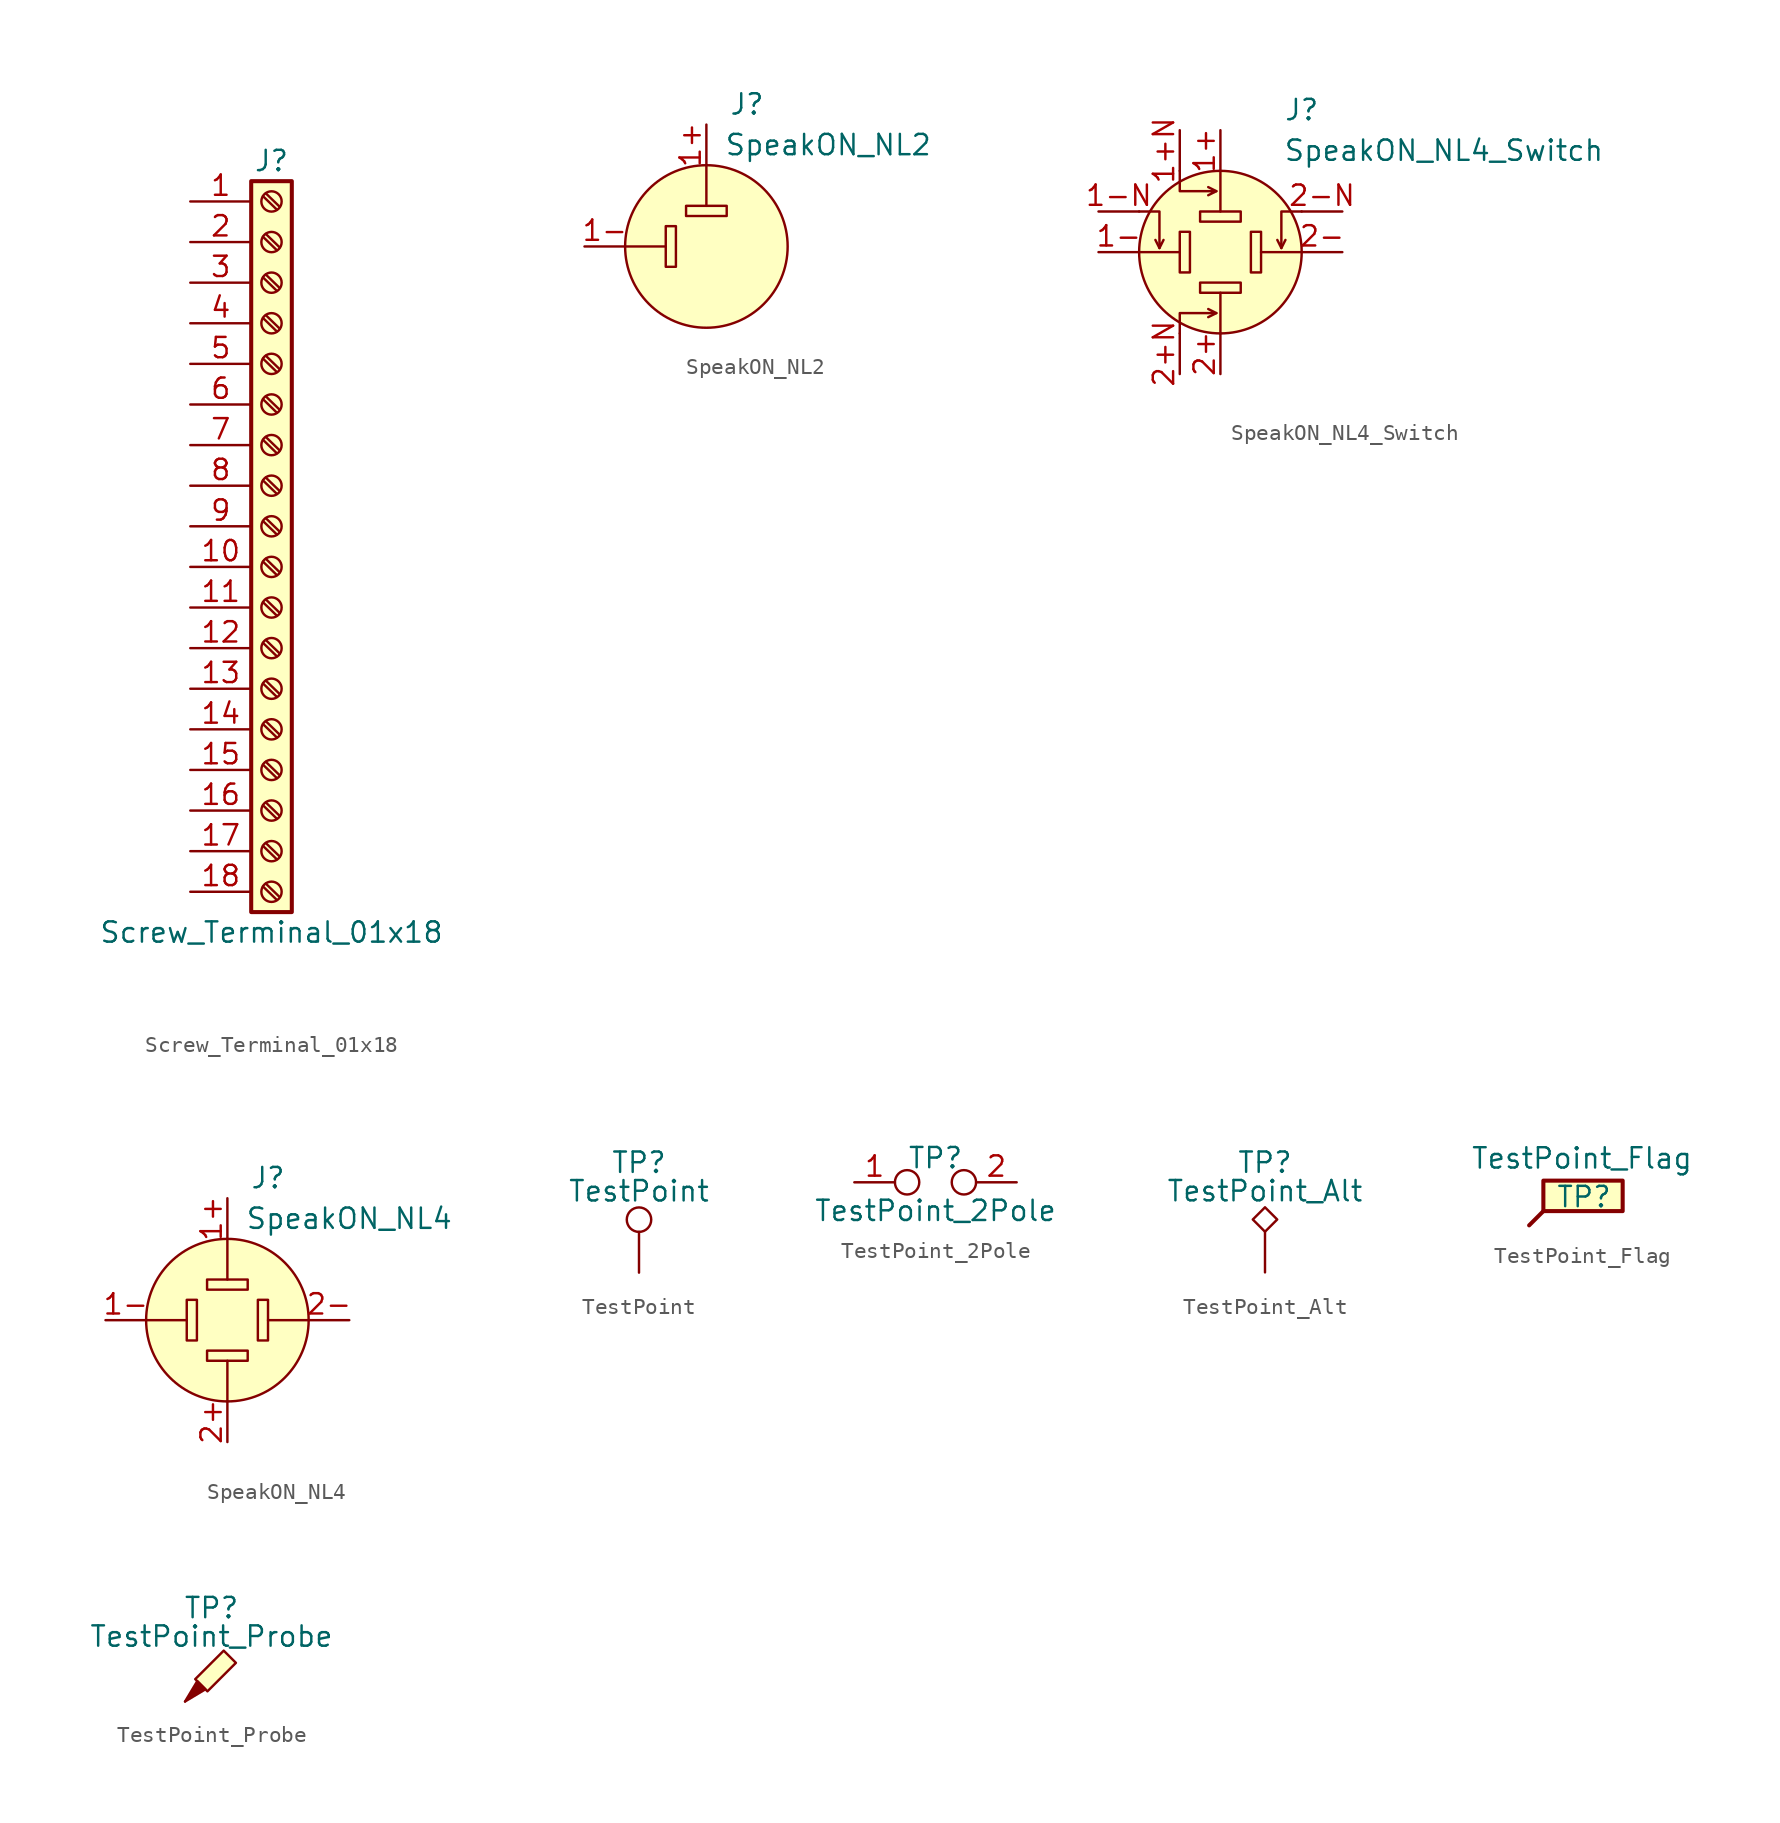
<source format=kicad_sym>
(kicad_symbol_lib
  (version 20201005)
  (generator kicad_symbol_editor)
  (symbol "Screw_Terminal_01x18"
    (pin_names
      (offset 1.016) hide)
    (property "Reference" "J"
      (at 0 22.86 0)
      (effects (font (size 1.27 1.27))))
    (property "Value" "Screw_Terminal_01x18"
      (at 0 -25.4 0)
      (effects (font (size 1.27 1.27))))
    (symbol "Screw_Terminal_01x18_1_1"
      (circle (center 0 -22.86) (radius 0.635) (stroke (width 0.152)) (fill (type none)))
      (circle (center 0 -20.32) (radius 0.635) (stroke (width 0.152)) (fill (type none)))
      (circle (center 0 -17.78) (radius 0.635) (stroke (width 0.152)) (fill (type none)))
      (circle (center 0 -15.24) (radius 0.635) (stroke (width 0.152)) (fill (type none)))
      (circle (center 0 -12.7) (radius 0.635) (stroke (width 0.152)) (fill (type none)))
      (circle (center 0 -10.16) (radius 0.635) (stroke (width 0.152)) (fill (type none)))
      (circle (center 0 -7.62) (radius 0.635) (stroke (width 0.152)) (fill (type none)))
      (circle (center 0 -5.08) (radius 0.635) (stroke (width 0.152)) (fill (type none)))
      (circle (center 0 -2.54) (radius 0.635) (stroke (width 0.152)) (fill (type none)))
      (circle (center 0 0) (radius 0.635) (stroke (width 0.152)) (fill (type none)))
      (circle (center 0 2.54) (radius 0.635) (stroke (width 0.152)) (fill (type none)))
      (circle (center 0 5.08) (radius 0.635) (stroke (width 0.152)) (fill (type none)))
      (circle (center 0 7.62) (radius 0.635) (stroke (width 0.152)) (fill (type none)))
      (circle (center 0 10.16) (radius 0.635) (stroke (width 0.152)) (fill (type none)))
      (circle (center 0 12.7) (radius 0.635) (stroke (width 0.152)) (fill (type none)))
      (circle (center 0 15.24) (radius 0.635) (stroke (width 0.152)) (fill (type none)))
      (circle (center 0 17.78) (radius 0.635) (stroke (width 0.152)) (fill (type none)))
      (circle (center 0 20.32) (radius 0.635) (stroke (width 0.152)) (fill (type none)))
      (rectangle (start -1.27 21.59) (end 1.27 -24.13) (stroke (width 0.254)) (fill (type background)))
      (polyline (pts (xy -0.533 -22.53) (xy 0.33 -23.368)) (stroke (width 0.152)) (fill (type none)))
      (polyline (pts (xy -0.533 -19.99) (xy 0.33 -20.828)) (stroke (width 0.152)) (fill (type none)))
      (polyline (pts (xy -0.533 -17.45) (xy 0.33 -18.288)) (stroke (width 0.152)) (fill (type none)))
      (polyline (pts (xy -0.533 -14.91) (xy 0.33 -15.748)) (stroke (width 0.152)) (fill (type none)))
      (polyline (pts (xy -0.533 -12.37) (xy 0.33 -13.208)) (stroke (width 0.152)) (fill (type none)))
      (polyline (pts (xy -0.533 -9.83) (xy 0.33 -10.668)) (stroke (width 0.152)) (fill (type none)))
      (polyline (pts (xy -0.533 -7.29) (xy 0.33 -8.128)) (stroke (width 0.152)) (fill (type none)))
      (polyline (pts (xy -0.533 -4.75) (xy 0.33 -5.588)) (stroke (width 0.152)) (fill (type none)))
      (polyline (pts (xy -0.533 -2.21) (xy 0.33 -3.048)) (stroke (width 0.152)) (fill (type none)))
      (polyline (pts (xy -0.533 0.33) (xy 0.33 -0.508)) (stroke (width 0.152)) (fill (type none)))
      (polyline (pts (xy -0.533 2.87) (xy 0.33 2.032)) (stroke (width 0.152)) (fill (type none)))
      (polyline (pts (xy -0.533 5.41) (xy 0.33 4.572)) (stroke (width 0.152)) (fill (type none)))
      (polyline (pts (xy -0.533 7.95) (xy 0.33 7.112)) (stroke (width 0.152)) (fill (type none)))
      (polyline (pts (xy -0.533 10.49) (xy 0.33 9.652)) (stroke (width 0.152)) (fill (type none)))
      (polyline (pts (xy -0.533 13.03) (xy 0.33 12.192)) (stroke (width 0.152)) (fill (type none)))
      (polyline (pts (xy -0.533 15.57) (xy 0.33 14.732)) (stroke (width 0.152)) (fill (type none)))
      (polyline (pts (xy -0.533 18.11) (xy 0.33 17.272)) (stroke (width 0.152)) (fill (type none)))
      (polyline (pts (xy -0.533 20.65) (xy 0.33 19.812)) (stroke (width 0.152)) (fill (type none)))
      (polyline (pts (xy -0.356 -22.352) (xy 0.508 -23.19)) (stroke (width 0.152)) (fill (type none)))
      (polyline (pts (xy -0.356 -19.812) (xy 0.508 -20.65)) (stroke (width 0.152)) (fill (type none)))
      (polyline (pts (xy -0.356 -17.272) (xy 0.508 -18.11)) (stroke (width 0.152)) (fill (type none)))
      (polyline (pts (xy -0.356 -14.732) (xy 0.508 -15.57)) (stroke (width 0.152)) (fill (type none)))
      (polyline (pts (xy -0.356 -12.192) (xy 0.508 -13.03)) (stroke (width 0.152)) (fill (type none)))
      (polyline (pts (xy -0.356 -9.652) (xy 0.508 -10.49)) (stroke (width 0.152)) (fill (type none)))
      (polyline (pts (xy -0.356 -7.112) (xy 0.508 -7.95)) (stroke (width 0.152)) (fill (type none)))
      (polyline (pts (xy -0.356 -4.572) (xy 0.508 -5.41)) (stroke (width 0.152)) (fill (type none)))
      (polyline (pts (xy -0.356 -2.032) (xy 0.508 -2.87)) (stroke (width 0.152)) (fill (type none)))
      (polyline (pts (xy -0.356 0.508) (xy 0.508 -0.33)) (stroke (width 0.152)) (fill (type none)))
      (polyline (pts (xy -0.356 3.048) (xy 0.508 2.21)) (stroke (width 0.152)) (fill (type none)))
      (polyline (pts (xy -0.356 5.588) (xy 0.508 4.75)) (stroke (width 0.152)) (fill (type none)))
      (polyline (pts (xy -0.356 8.128) (xy 0.508 7.29)) (stroke (width 0.152)) (fill (type none)))
      (polyline (pts (xy -0.356 10.668) (xy 0.508 9.83)) (stroke (width 0.152)) (fill (type none)))
      (polyline (pts (xy -0.356 13.208) (xy 0.508 12.37)) (stroke (width 0.152)) (fill (type none)))
      (polyline (pts (xy -0.356 15.748) (xy 0.508 14.91)) (stroke (width 0.152)) (fill (type none)))
      (polyline (pts (xy -0.356 18.288) (xy 0.508 17.45)) (stroke (width 0.152)) (fill (type none)))
      (polyline (pts (xy -0.356 20.828) (xy 0.508 19.99)) (stroke (width 0.152)) (fill (type none)))
      (pin passive line (at -5.08 20.32 0) (length 3.81) (name "Pin_1" (effects (font (size 1.27 1.27)))) (number "1" (effects (font (size 1.27 1.27)))))
      (pin passive line (at -5.08 -2.54 0) (length 3.81) (name "Pin_10" (effects (font (size 1.27 1.27)))) (number "10" (effects (font (size 1.27 1.27)))))
      (pin passive line (at -5.08 -5.08 0) (length 3.81) (name "Pin_11" (effects (font (size 1.27 1.27)))) (number "11" (effects (font (size 1.27 1.27)))))
      (pin passive line (at -5.08 -7.62 0) (length 3.81) (name "Pin_12" (effects (font (size 1.27 1.27)))) (number "12" (effects (font (size 1.27 1.27)))))
      (pin passive line (at -5.08 -10.16 0) (length 3.81) (name "Pin_13" (effects (font (size 1.27 1.27)))) (number "13" (effects (font (size 1.27 1.27)))))
      (pin passive line (at -5.08 -12.7 0) (length 3.81) (name "Pin_14" (effects (font (size 1.27 1.27)))) (number "14" (effects (font (size 1.27 1.27)))))
      (pin passive line (at -5.08 -15.24 0) (length 3.81) (name "Pin_15" (effects (font (size 1.27 1.27)))) (number "15" (effects (font (size 1.27 1.27)))))
      (pin passive line (at -5.08 -17.78 0) (length 3.81) (name "Pin_16" (effects (font (size 1.27 1.27)))) (number "16" (effects (font (size 1.27 1.27)))))
      (pin passive line (at -5.08 -20.32 0) (length 3.81) (name "Pin_17" (effects (font (size 1.27 1.27)))) (number "17" (effects (font (size 1.27 1.27)))))
      (pin passive line (at -5.08 -22.86 0) (length 3.81) (name "Pin_18" (effects (font (size 1.27 1.27)))) (number "18" (effects (font (size 1.27 1.27)))))
      (pin passive line (at -5.08 17.78 0) (length 3.81) (name "Pin_2" (effects (font (size 1.27 1.27)))) (number "2" (effects (font (size 1.27 1.27)))))
      (pin passive line (at -5.08 15.24 0) (length 3.81) (name "Pin_3" (effects (font (size 1.27 1.27)))) (number "3" (effects (font (size 1.27 1.27)))))
      (pin passive line (at -5.08 12.7 0) (length 3.81) (name "Pin_4" (effects (font (size 1.27 1.27)))) (number "4" (effects (font (size 1.27 1.27)))))
      (pin passive line (at -5.08 10.16 0) (length 3.81) (name "Pin_5" (effects (font (size 1.27 1.27)))) (number "5" (effects (font (size 1.27 1.27)))))
      (pin passive line (at -5.08 7.62 0) (length 3.81) (name "Pin_6" (effects (font (size 1.27 1.27)))) (number "6" (effects (font (size 1.27 1.27)))))
      (pin passive line (at -5.08 5.08 0) (length 3.81) (name "Pin_7" (effects (font (size 1.27 1.27)))) (number "7" (effects (font (size 1.27 1.27)))))
      (pin passive line (at -5.08 2.54 0) (length 3.81) (name "Pin_8" (effects (font (size 1.27 1.27)))) (number "8" (effects (font (size 1.27 1.27)))))
      (pin passive line (at -5.08 0 0) (length 3.81) (name "Pin_9" (effects (font (size 1.27 1.27)))) (number "9" (effects (font (size 1.27 1.27)))))))
  (symbol "SpeakON_NL2"
    (pin_names hide)
    (property "Reference" "J"
      (at 2.54 8.89 0)
      (effects (font (size 1.27 1.27))))
    (property "Value" "SpeakON_NL2"
      (at 7.62 6.35 0)
      (effects (font (size 1.27 1.27))))
    (symbol "SpeakON_NL2_0_1"
      (circle (center 0 0) (radius 5.08) (stroke (width 0)) (fill (type background)))
      (rectangle (start -2.54 1.27) (end -1.905 -1.27) (stroke (width 0)) (fill (type none)))
      (rectangle (start -1.27 2.54) (end 1.27 1.905) (stroke (width 0)) (fill (type none)))
      (polyline (pts (xy -5.08 0) (xy -2.54 0)) (stroke (width 0)) (fill (type none)))
      (polyline (pts (xy 0 5.08) (xy 0 2.54)) (stroke (width 0)) (fill (type none)))
      (pin passive line (at -7.62 0 0) (length 2.54) (name "1-" (effects (font (size 1.27 1.27)))) (number "1-" (effects (font (size 1.27 1.27))))))
    (symbol "SpeakON_NL2_1_1"
      (pin passive line (at 0 7.62 270) (length 2.54) (name "1+" (effects (font (size 1.27 1.27)))) (number "1+" (effects (font (size 1.27 1.27)))))))
  (symbol "SpeakON_NL4_Switch"
    (pin_names hide)
    (property "Reference" "J"
      (at 5.08 8.89 0)
      (effects (font (size 1.27 1.27))))
    (property "Value" "SpeakON_NL4_Switch"
      (at 13.97 6.35 0)
      (effects (font (size 1.27 1.27))))
    (symbol "SpeakON_NL4_Switch_0_1"
      (circle (center 0 0) (radius 5.08) (stroke (width 0)) (fill (type background)))
      (rectangle (start -2.54 1.27) (end -1.905 -1.27) (stroke (width 0)) (fill (type none)))
      (rectangle (start -1.27 -2.54) (end 1.27 -1.905) (stroke (width 0)) (fill (type none)))
      (rectangle (start -1.27 2.54) (end 1.27 1.905) (stroke (width 0)) (fill (type none)))
      (rectangle (start 2.54 1.27) (end 1.905 -1.27) (stroke (width 0)) (fill (type none)))
      (polyline (pts (xy -5.08 0) (xy -2.54 0)) (stroke (width 0)) (fill (type none)))
      (polyline (pts (xy 0 -5.08) (xy 0 -2.54)) (stroke (width 0)) (fill (type none)))
      (polyline (pts (xy 0 5.08) (xy 0 2.54)) (stroke (width 0)) (fill (type none)))
      (polyline (pts (xy 5.08 0) (xy 2.54 0)) (stroke (width 0)) (fill (type none)))
      (pin passive line (at -7.62 0 0) (length 2.54) (name "1-" (effects (font (size 1.27 1.27)))) (number "1-" (effects (font (size 1.27 1.27)))))
      (pin passive line (at -7.62 2.54 0) (length 2.54) (name "1-N" (effects (font (size 1.27 1.27)))) (number "1-N" (effects (font (size 1.27 1.27)))))
      (pin passive line (at 0 -7.62 90) (length 2.54) (name "2+" (effects (font (size 1.27 1.27)))) (number "2+" (effects (font (size 1.27 1.27)))))
      (pin passive line (at -2.54 -7.62 90) (length 2.54) (name "2+N" (effects (font (size 1.27 1.27)))) (number "2+N" (effects (font (size 1.27 1.27)))))
      (pin passive line (at 7.62 0 180) (length 2.54) (name "2-" (effects (font (size 1.27 1.27)))) (number "2-" (effects (font (size 1.27 1.27))))))
    (symbol "SpeakON_NL4_Switch_1_1"
      (polyline (pts (xy -3.81 0.254) (xy -4.064 0.762)) (stroke (width 0)) (fill (type none)))
      (polyline (pts (xy -0.254 -3.81) (xy -0.762 -4.064)) (stroke (width 0)) (fill (type none)))
      (polyline (pts (xy -0.254 3.81) (xy -0.762 4.064)) (stroke (width 0)) (fill (type none)))
      (polyline (pts (xy 3.81 0.254) (xy 4.064 0.762)) (stroke (width 0)) (fill (type none)))
      (polyline (pts (xy -5.08 2.54) (xy -3.81 2.54) (xy -3.81 0.254) (xy -3.556 0.762)) (stroke (width 0)) (fill (type none)))
      (polyline (pts (xy -2.54 -5.08) (xy -2.54 -3.81) (xy -0.254 -3.81) (xy -0.762 -3.556)) (stroke (width 0)) (fill (type none)))
      (polyline (pts (xy -2.54 5.08) (xy -2.54 3.81) (xy -0.254 3.81) (xy -0.762 3.556)) (stroke (width 0)) (fill (type none)))
      (polyline (pts (xy 5.08 2.54) (xy 3.81 2.54) (xy 3.81 0.254) (xy 3.556 0.762)) (stroke (width 0)) (fill (type none)))
      (pin passive line (at 0 7.62 270) (length 2.54) (name "1+" (effects (font (size 1.27 1.27)))) (number "1+" (effects (font (size 1.27 1.27)))))
      (pin passive line (at -2.54 7.62 270) (length 2.54) (name "1+N" (effects (font (size 1.27 1.27)))) (number "1+N" (effects (font (size 1.27 1.27)))))
      (pin passive line (at 7.62 2.54 180) (length 2.54) (name "2-N" (effects (font (size 1.27 1.27)))) (number "2-N" (effects (font (size 1.27 1.27)))))))
  (symbol "SpeakON_NL4"
    (pin_names hide)
    (property "Reference" "J"
      (at 2.54 8.89 0)
      (effects (font (size 1.27 1.27))))
    (property "Value" "SpeakON_NL4"
      (at 7.62 6.35 0)
      (effects (font (size 1.27 1.27))))
    (symbol "SpeakON_NL4_0_1"
      (circle (center 0 0) (radius 5.08) (stroke (width 0)) (fill (type background)))
      (rectangle (start -2.54 1.27) (end -1.905 -1.27) (stroke (width 0)) (fill (type none)))
      (rectangle (start -1.27 -2.54) (end 1.27 -1.905) (stroke (width 0)) (fill (type none)))
      (rectangle (start -1.27 2.54) (end 1.27 1.905) (stroke (width 0)) (fill (type none)))
      (rectangle (start 2.54 1.27) (end 1.905 -1.27) (stroke (width 0)) (fill (type none)))
      (polyline (pts (xy -5.08 0) (xy -2.54 0)) (stroke (width 0)) (fill (type none)))
      (polyline (pts (xy 0 -5.08) (xy 0 -2.54)) (stroke (width 0)) (fill (type none)))
      (polyline (pts (xy 0 5.08) (xy 0 2.54)) (stroke (width 0)) (fill (type none)))
      (polyline (pts (xy 5.08 0) (xy 2.54 0)) (stroke (width 0)) (fill (type none)))
      (pin passive line (at -7.62 0 0) (length 2.54) (name "1-" (effects (font (size 1.27 1.27)))) (number "1-" (effects (font (size 1.27 1.27)))))
      (pin passive line (at 0 -7.62 90) (length 2.54) (name "2+" (effects (font (size 1.27 1.27)))) (number "2+" (effects (font (size 1.27 1.27)))))
      (pin passive line (at 7.62 0 180) (length 2.54) (name "2-" (effects (font (size 1.27 1.27)))) (number "2-" (effects (font (size 1.27 1.27))))))
    (symbol "SpeakON_NL4_1_1"
      (pin passive line (at 0 7.62 270) (length 2.54) (name "1+" (effects (font (size 1.27 1.27)))) (number "1+" (effects (font (size 1.27 1.27)))))))
  (symbol "TestPoint"
    (pin_numbers hide)
    (pin_names
      (offset 0.762) hide)
    (property "Reference" "TP"
      (at 0 6.858 0)
      (effects (font (size 1.27 1.27))))
    (property "Value" "TestPoint"
      (at 0 5.08 0)
      (effects (font (size 1.27 1.27))))
    (symbol "TestPoint_0_1"
      (circle (center 0 3.302) (radius 0.762) (stroke (width 0)) (fill (type none))))
    (symbol "TestPoint_1_1"
      (pin passive line (at 0 0 90) (length 2.54) (name "1" (effects (font (size 1.27 1.27)))) (number "1" (effects (font (size 1.27 1.27)))))))
  (symbol "TestPoint_2Pole"
    (pin_names
      (offset 0.762) hide)
    (property "Reference" "TP"
      (at 0 1.524 0)
      (effects (font (size 1.27 1.27))))
    (property "Value" "TestPoint_2Pole"
      (at 0 -1.778 0)
      (effects (font (size 1.27 1.27))))
    (symbol "TestPoint_2Pole_0_1"
      (circle (center -1.778 0) (radius 0.762) (stroke (width 0)) (fill (type none)))
      (circle (center 1.778 0) (radius 0.762) (stroke (width 0)) (fill (type none)))
      (pin passive line (at -5.08 0 0) (length 2.54) (name "1" (effects (font (size 1.27 1.27)))) (number "1" (effects (font (size 1.27 1.27)))))
      (pin passive line (at 5.08 0 180) (length 2.54) (name "2" (effects (font (size 1.27 1.27)))) (number "2" (effects (font (size 1.27 1.27)))))))
  (symbol "TestPoint_Alt"
    (pin_numbers hide)
    (pin_names
      (offset 0.762) hide)
    (property "Reference" "TP"
      (at 0 6.858 0)
      (effects (font (size 1.27 1.27))))
    (property "Value" "TestPoint_Alt"
      (at 0 5.08 0)
      (effects (font (size 1.27 1.27))))
    (symbol "TestPoint_Alt_0_1"
      (polyline (pts (xy 0 2.54) (xy -0.762 3.302) (xy 0 4.064) (xy 0.762 3.302) (xy 0 2.54)) (stroke (width 0)) (fill (type none))))
    (symbol "TestPoint_Alt_1_1"
      (pin passive line (at 0 0 90) (length 2.54) (name "1" (effects (font (size 1.27 1.27)))) (number "1" (effects (font (size 1.27 1.27)))))))
  (symbol "TestPoint_Flag"
    (pin_numbers hide)
    (pin_names
      (offset 0.762) hide)
    (property "Reference" "TP"
      (at 3.429 1.778 0)
      (effects (font (size 1.27 1.27))))
    (property "Value" "TestPoint_Flag"
      (at 3.302 4.191 0)
      (effects (font (size 1.27 1.27))))
    (symbol "TestPoint_Flag_0_1"
      (rectangle (start 0.889 2.794) (end 5.842 0.889) (stroke (width 0.254)) (fill (type background)))
      (polyline (pts (xy 0 0) (xy 0.889 0.889)) (stroke (width 0.254)) (fill (type none))))
    (symbol "TestPoint_Flag_1_1"
      (pin passive line (at 0 0 90) (length 0) (name "1" (effects (font (size 1.27 1.27)))) (number "1" (effects (font (size 1.27 1.27)))))))
  (symbol "TestPoint_Probe"
    (pin_numbers hide)
    (pin_names
      (offset 0.762) hide)
    (property "Reference" "TP"
      (at 1.651 5.842 0)
      (effects (font (size 1.27 1.27))))
    (property "Value" "TestPoint_Probe"
      (at 1.651 4.064 0)
      (effects (font (size 1.27 1.27))))
    (symbol "TestPoint_Probe_0_1"
      (polyline (pts (xy 1.27 0.762) (xy 0 0) (xy 0.762 1.27) (xy 1.27 0.762)) (stroke (width 0)) (fill (type outline)))
      (polyline (pts (xy 1.397 0.635) (xy 0.635 1.397) (xy 2.413 3.175) (xy 3.175 2.413) (xy 1.397 0.635)) (stroke (width 0)) (fill (type background))))
    (symbol "TestPoint_Probe_1_1"
      (pin passive line (at 0 0 90) (length 0) (name "1" (effects (font (size 1.27 1.27)))) (number "1" (effects (font (size 1.27 1.27))))))))
</source>
